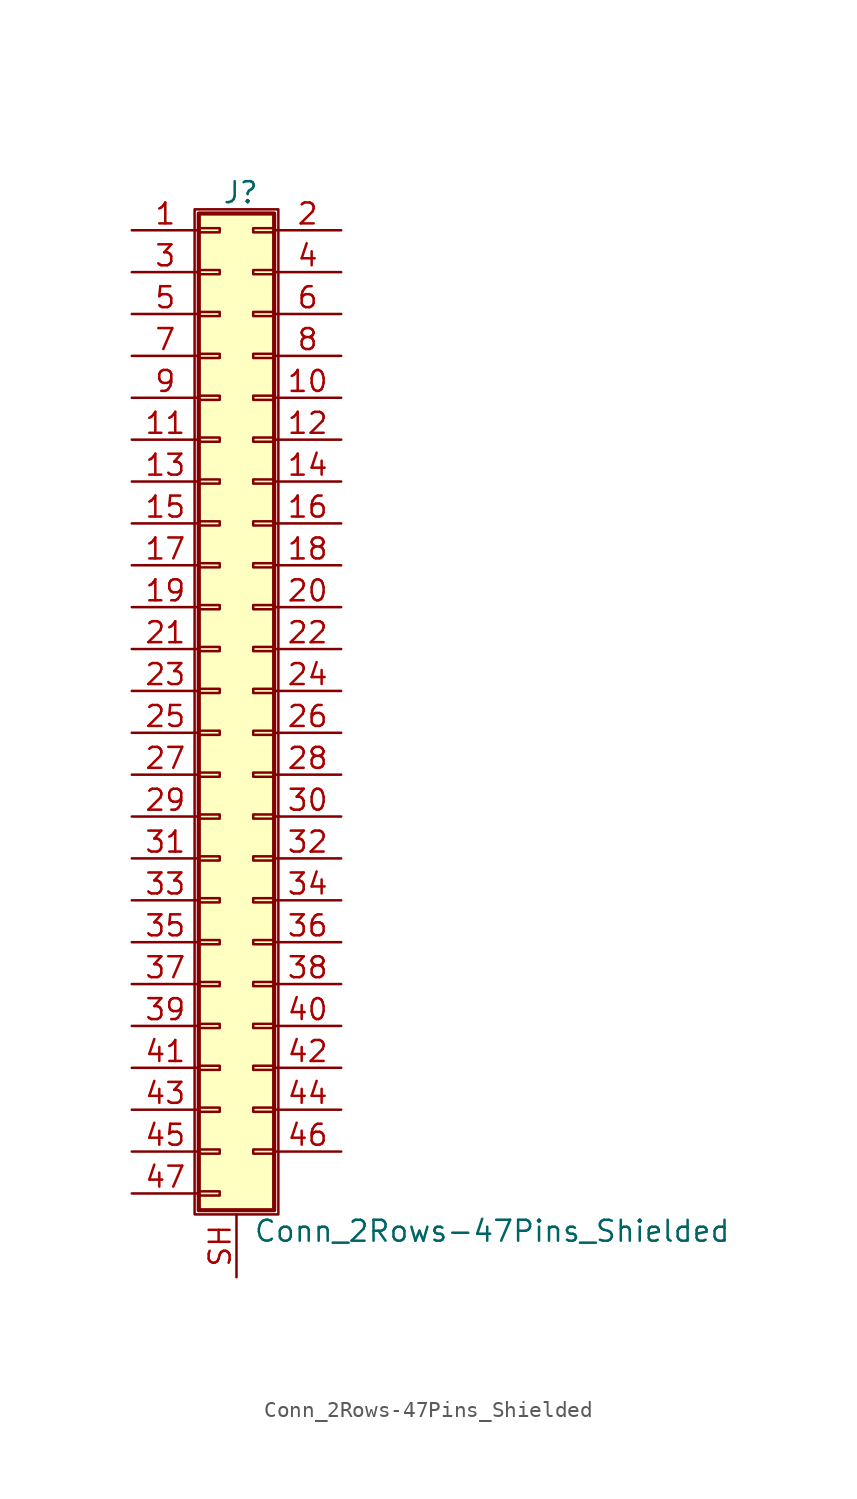
<source format=kicad_sym>
(kicad_symbol_lib
  (version 20201005)
  (generator kicad_symbol_editor)
  (symbol "Conn_2Rows-47Pins_Shielded"
    (pin_names
      (offset 1.016) hide)
    (property "Reference" "J"
      (at 1.524 30.226 0)
      (effects (font (size 1.27 1.27))))
    (property "Value" "Conn_2Rows-47Pins_Shielded"
      (at 2.286 -32.766 0)
      (effects (font (size 1.27 1.27)) (justify left)))
    (symbol "Conn_2Rows-47Pins_Shielded_1_1"
      (rectangle (start -1.27 29.21) (end 3.81 -31.75) (stroke (width 0.152)) (fill (type none)))
      (rectangle (start -1.016 -30.353) (end 0.254 -30.607) (stroke (width 0.152)) (fill (type none)))
      (rectangle (start -1.016 -27.813) (end 0.254 -28.067) (stroke (width 0.152)) (fill (type none)))
      (rectangle (start -1.016 -25.273) (end 0.254 -25.527) (stroke (width 0.152)) (fill (type none)))
      (rectangle (start -1.016 -22.733) (end 0.254 -22.987) (stroke (width 0.152)) (fill (type none)))
      (rectangle (start -1.016 -20.193) (end 0.254 -20.447) (stroke (width 0.152)) (fill (type none)))
      (rectangle (start -1.016 -17.653) (end 0.254 -17.907) (stroke (width 0.152)) (fill (type none)))
      (rectangle (start -1.016 -15.113) (end 0.254 -15.367) (stroke (width 0.152)) (fill (type none)))
      (rectangle (start -1.016 -12.573) (end 0.254 -12.827) (stroke (width 0.152)) (fill (type none)))
      (rectangle (start -1.016 -10.033) (end 0.254 -10.287) (stroke (width 0.152)) (fill (type none)))
      (rectangle (start -1.016 -7.493) (end 0.254 -7.747) (stroke (width 0.152)) (fill (type none)))
      (rectangle (start -1.016 -4.953) (end 0.254 -5.207) (stroke (width 0.152)) (fill (type none)))
      (rectangle (start -1.016 -2.413) (end 0.254 -2.667) (stroke (width 0.152)) (fill (type none)))
      (rectangle (start -1.016 0.127) (end 0.254 -0.127) (stroke (width 0.152)) (fill (type none)))
      (rectangle (start -1.016 2.667) (end 0.254 2.413) (stroke (width 0.152)) (fill (type none)))
      (rectangle (start -1.016 5.207) (end 0.254 4.953) (stroke (width 0.152)) (fill (type none)))
      (rectangle (start -1.016 7.747) (end 0.254 7.493) (stroke (width 0.152)) (fill (type none)))
      (rectangle (start -1.016 10.287) (end 0.254 10.033) (stroke (width 0.152)) (fill (type none)))
      (rectangle (start -1.016 12.827) (end 0.254 12.573) (stroke (width 0.152)) (fill (type none)))
      (rectangle (start -1.016 15.367) (end 0.254 15.113) (stroke (width 0.152)) (fill (type none)))
      (rectangle (start -1.016 17.907) (end 0.254 17.653) (stroke (width 0.152)) (fill (type none)))
      (rectangle (start -1.016 20.447) (end 0.254 20.193) (stroke (width 0.152)) (fill (type none)))
      (rectangle (start -1.016 22.987) (end 0.254 22.733) (stroke (width 0.152)) (fill (type none)))
      (rectangle (start -1.016 25.527) (end 0.254 25.273) (stroke (width 0.152)) (fill (type none)))
      (rectangle (start -1.016 28.067) (end 0.254 27.813) (stroke (width 0.152)) (fill (type none)))
      (rectangle (start -1.016 28.956) (end 3.556 -31.496) (stroke (width 0.254)) (fill (type background)))
      (rectangle (start 3.556 -27.813) (end 2.286 -28.067) (stroke (width 0.152)) (fill (type none)))
      (rectangle (start 3.556 -25.273) (end 2.286 -25.527) (stroke (width 0.152)) (fill (type none)))
      (rectangle (start 3.556 -22.733) (end 2.286 -22.987) (stroke (width 0.152)) (fill (type none)))
      (rectangle (start 3.556 -20.193) (end 2.286 -20.447) (stroke (width 0.152)) (fill (type none)))
      (rectangle (start 3.556 -17.653) (end 2.286 -17.907) (stroke (width 0.152)) (fill (type none)))
      (rectangle (start 3.556 -15.113) (end 2.286 -15.367) (stroke (width 0.152)) (fill (type none)))
      (rectangle (start 3.556 -12.573) (end 2.286 -12.827) (stroke (width 0.152)) (fill (type none)))
      (rectangle (start 3.556 -10.033) (end 2.286 -10.287) (stroke (width 0.152)) (fill (type none)))
      (rectangle (start 3.556 -7.493) (end 2.286 -7.747) (stroke (width 0.152)) (fill (type none)))
      (rectangle (start 3.556 -4.953) (end 2.286 -5.207) (stroke (width 0.152)) (fill (type none)))
      (rectangle (start 3.556 -2.413) (end 2.286 -2.667) (stroke (width 0.152)) (fill (type none)))
      (rectangle (start 3.556 0.127) (end 2.286 -0.127) (stroke (width 0.152)) (fill (type none)))
      (rectangle (start 3.556 2.667) (end 2.286 2.413) (stroke (width 0.152)) (fill (type none)))
      (rectangle (start 3.556 5.207) (end 2.286 4.953) (stroke (width 0.152)) (fill (type none)))
      (rectangle (start 3.556 7.747) (end 2.286 7.493) (stroke (width 0.152)) (fill (type none)))
      (rectangle (start 3.556 10.287) (end 2.286 10.033) (stroke (width 0.152)) (fill (type none)))
      (rectangle (start 3.556 12.827) (end 2.286 12.573) (stroke (width 0.152)) (fill (type none)))
      (rectangle (start 3.556 15.367) (end 2.286 15.113) (stroke (width 0.152)) (fill (type none)))
      (rectangle (start 3.556 17.907) (end 2.286 17.653) (stroke (width 0.152)) (fill (type none)))
      (rectangle (start 3.556 20.447) (end 2.286 20.193) (stroke (width 0.152)) (fill (type none)))
      (rectangle (start 3.556 22.987) (end 2.286 22.733) (stroke (width 0.152)) (fill (type none)))
      (rectangle (start 3.556 25.527) (end 2.286 25.273) (stroke (width 0.152)) (fill (type none)))
      (rectangle (start 3.556 28.067) (end 2.286 27.813) (stroke (width 0.152)) (fill (type none)))
      (pin passive line (at -5.08 27.94 0) (length 4.064) (name "Pin_1" (effects (font (size 1.27 1.27)))) (number "1" (effects (font (size 1.27 1.27)))))
      (pin passive line (at 7.62 17.78 180) (length 4.064) (name "Pin_10" (effects (font (size 1.27 1.27)))) (number "10" (effects (font (size 1.27 1.27)))))
      (pin passive line (at -5.08 15.24 0) (length 4.064) (name "Pin_11" (effects (font (size 1.27 1.27)))) (number "11" (effects (font (size 1.27 1.27)))))
      (pin passive line (at 7.62 15.24 180) (length 4.064) (name "Pin_12" (effects (font (size 1.27 1.27)))) (number "12" (effects (font (size 1.27 1.27)))))
      (pin passive line (at -5.08 12.7 0) (length 4.064) (name "Pin_13" (effects (font (size 1.27 1.27)))) (number "13" (effects (font (size 1.27 1.27)))))
      (pin passive line (at 7.62 12.7 180) (length 4.064) (name "Pin_14" (effects (font (size 1.27 1.27)))) (number "14" (effects (font (size 1.27 1.27)))))
      (pin passive line (at -5.08 10.16 0) (length 4.064) (name "Pin_15" (effects (font (size 1.27 1.27)))) (number "15" (effects (font (size 1.27 1.27)))))
      (pin passive line (at 7.62 10.16 180) (length 4.064) (name "Pin_16" (effects (font (size 1.27 1.27)))) (number "16" (effects (font (size 1.27 1.27)))))
      (pin passive line (at -5.08 7.62 0) (length 4.064) (name "Pin_17" (effects (font (size 1.27 1.27)))) (number "17" (effects (font (size 1.27 1.27)))))
      (pin passive line (at 7.62 7.62 180) (length 4.064) (name "Pin_18" (effects (font (size 1.27 1.27)))) (number "18" (effects (font (size 1.27 1.27)))))
      (pin passive line (at -5.08 5.08 0) (length 4.064) (name "Pin_19" (effects (font (size 1.27 1.27)))) (number "19" (effects (font (size 1.27 1.27)))))
      (pin passive line (at 7.62 27.94 180) (length 4.064) (name "Pin_2" (effects (font (size 1.27 1.27)))) (number "2" (effects (font (size 1.27 1.27)))))
      (pin passive line (at 7.62 5.08 180) (length 4.064) (name "Pin_20" (effects (font (size 1.27 1.27)))) (number "20" (effects (font (size 1.27 1.27)))))
      (pin passive line (at -5.08 2.54 0) (length 4.064) (name "Pin_21" (effects (font (size 1.27 1.27)))) (number "21" (effects (font (size 1.27 1.27)))))
      (pin passive line (at 7.62 2.54 180) (length 4.064) (name "Pin_22" (effects (font (size 1.27 1.27)))) (number "22" (effects (font (size 1.27 1.27)))))
      (pin passive line (at -5.08 0 0) (length 4.064) (name "Pin_23" (effects (font (size 1.27 1.27)))) (number "23" (effects (font (size 1.27 1.27)))))
      (pin passive line (at 7.62 0 180) (length 4.064) (name "Pin_24" (effects (font (size 1.27 1.27)))) (number "24" (effects (font (size 1.27 1.27)))))
      (pin passive line (at -5.08 -2.54 0) (length 4.064) (name "Pin_25" (effects (font (size 1.27 1.27)))) (number "25" (effects (font (size 1.27 1.27)))))
      (pin passive line (at 7.62 -2.54 180) (length 4.064) (name "Pin_26" (effects (font (size 1.27 1.27)))) (number "26" (effects (font (size 1.27 1.27)))))
      (pin passive line (at -5.08 -5.08 0) (length 4.064) (name "Pin_27" (effects (font (size 1.27 1.27)))) (number "27" (effects (font (size 1.27 1.27)))))
      (pin passive line (at 7.62 -5.08 180) (length 4.064) (name "Pin_28" (effects (font (size 1.27 1.27)))) (number "28" (effects (font (size 1.27 1.27)))))
      (pin passive line (at -5.08 -7.62 0) (length 4.064) (name "Pin_29" (effects (font (size 1.27 1.27)))) (number "29" (effects (font (size 1.27 1.27)))))
      (pin passive line (at -5.08 25.4 0) (length 4.064) (name "Pin_3" (effects (font (size 1.27 1.27)))) (number "3" (effects (font (size 1.27 1.27)))))
      (pin passive line (at 7.62 -7.62 180) (length 4.064) (name "Pin_30" (effects (font (size 1.27 1.27)))) (number "30" (effects (font (size 1.27 1.27)))))
      (pin passive line (at -5.08 -10.16 0) (length 4.064) (name "Pin_31" (effects (font (size 1.27 1.27)))) (number "31" (effects (font (size 1.27 1.27)))))
      (pin passive line (at 7.62 -10.16 180) (length 4.064) (name "Pin_32" (effects (font (size 1.27 1.27)))) (number "32" (effects (font (size 1.27 1.27)))))
      (pin passive line (at -5.08 -12.7 0) (length 4.064) (name "Pin_33" (effects (font (size 1.27 1.27)))) (number "33" (effects (font (size 1.27 1.27)))))
      (pin passive line (at 7.62 -12.7 180) (length 4.064) (name "Pin_34" (effects (font (size 1.27 1.27)))) (number "34" (effects (font (size 1.27 1.27)))))
      (pin passive line (at -5.08 -15.24 0) (length 4.064) (name "Pin_35" (effects (font (size 1.27 1.27)))) (number "35" (effects (font (size 1.27 1.27)))))
      (pin passive line (at 7.62 -15.24 180) (length 4.064) (name "Pin_36" (effects (font (size 1.27 1.27)))) (number "36" (effects (font (size 1.27 1.27)))))
      (pin passive line (at -5.08 -17.78 0) (length 4.064) (name "Pin_37" (effects (font (size 1.27 1.27)))) (number "37" (effects (font (size 1.27 1.27)))))
      (pin passive line (at 7.62 -17.78 180) (length 4.064) (name "Pin_38" (effects (font (size 1.27 1.27)))) (number "38" (effects (font (size 1.27 1.27)))))
      (pin passive line (at -5.08 -20.32 0) (length 4.064) (name "Pin_39" (effects (font (size 1.27 1.27)))) (number "39" (effects (font (size 1.27 1.27)))))
      (pin passive line (at 7.62 25.4 180) (length 4.064) (name "Pin_4" (effects (font (size 1.27 1.27)))) (number "4" (effects (font (size 1.27 1.27)))))
      (pin passive line (at 7.62 -20.32 180) (length 4.064) (name "Pin_40" (effects (font (size 1.27 1.27)))) (number "40" (effects (font (size 1.27 1.27)))))
      (pin passive line (at -5.08 -22.86 0) (length 4.064) (name "Pin_41" (effects (font (size 1.27 1.27)))) (number "41" (effects (font (size 1.27 1.27)))))
      (pin passive line (at 7.62 -22.86 180) (length 4.064) (name "Pin_42" (effects (font (size 1.27 1.27)))) (number "42" (effects (font (size 1.27 1.27)))))
      (pin passive line (at -5.08 -25.4 0) (length 4.064) (name "Pin_43" (effects (font (size 1.27 1.27)))) (number "43" (effects (font (size 1.27 1.27)))))
      (pin passive line (at 7.62 -25.4 180) (length 4.064) (name "Pin_44" (effects (font (size 1.27 1.27)))) (number "44" (effects (font (size 1.27 1.27)))))
      (pin passive line (at -5.08 -27.94 0) (length 4.064) (name "Pin_45" (effects (font (size 1.27 1.27)))) (number "45" (effects (font (size 1.27 1.27)))))
      (pin passive line (at 7.62 -27.94 180) (length 4.064) (name "Pin_46" (effects (font (size 1.27 1.27)))) (number "46" (effects (font (size 1.27 1.27)))))
      (pin passive line (at -5.08 -30.48 0) (length 4.064) (name "Pin_47" (effects (font (size 1.27 1.27)))) (number "47" (effects (font (size 1.27 1.27)))))
      (pin passive line (at -5.08 22.86 0) (length 4.064) (name "Pin_5" (effects (font (size 1.27 1.27)))) (number "5" (effects (font (size 1.27 1.27)))))
      (pin passive line (at 7.62 22.86 180) (length 4.064) (name "Pin_6" (effects (font (size 1.27 1.27)))) (number "6" (effects (font (size 1.27 1.27)))))
      (pin passive line (at -5.08 20.32 0) (length 4.064) (name "Pin_7" (effects (font (size 1.27 1.27)))) (number "7" (effects (font (size 1.27 1.27)))))
      (pin passive line (at 7.62 20.32 180) (length 4.064) (name "Pin_8" (effects (font (size 1.27 1.27)))) (number "8" (effects (font (size 1.27 1.27)))))
      (pin passive line (at -5.08 17.78 0) (length 4.064) (name "Pin_9" (effects (font (size 1.27 1.27)))) (number "9" (effects (font (size 1.27 1.27)))))
      (pin passive line (at 1.27 -35.56 90) (length 3.81) (name "Shield" (effects (font (size 1.27 1.27)))) (number "SH" (effects (font (size 1.27 1.27))))))))
</source>
